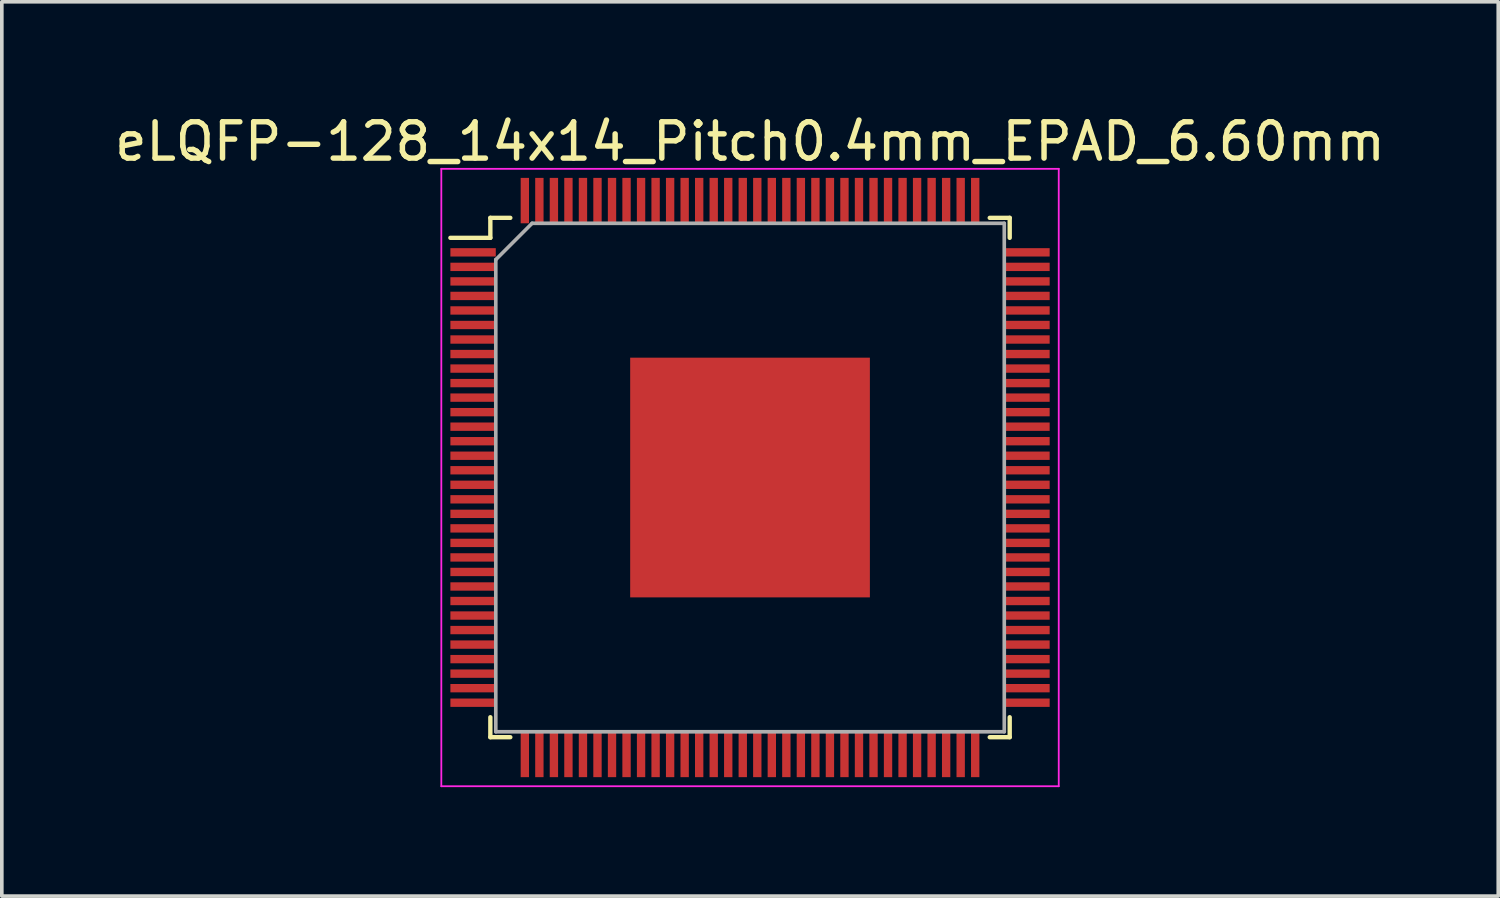
<source format=kicad_pcb>
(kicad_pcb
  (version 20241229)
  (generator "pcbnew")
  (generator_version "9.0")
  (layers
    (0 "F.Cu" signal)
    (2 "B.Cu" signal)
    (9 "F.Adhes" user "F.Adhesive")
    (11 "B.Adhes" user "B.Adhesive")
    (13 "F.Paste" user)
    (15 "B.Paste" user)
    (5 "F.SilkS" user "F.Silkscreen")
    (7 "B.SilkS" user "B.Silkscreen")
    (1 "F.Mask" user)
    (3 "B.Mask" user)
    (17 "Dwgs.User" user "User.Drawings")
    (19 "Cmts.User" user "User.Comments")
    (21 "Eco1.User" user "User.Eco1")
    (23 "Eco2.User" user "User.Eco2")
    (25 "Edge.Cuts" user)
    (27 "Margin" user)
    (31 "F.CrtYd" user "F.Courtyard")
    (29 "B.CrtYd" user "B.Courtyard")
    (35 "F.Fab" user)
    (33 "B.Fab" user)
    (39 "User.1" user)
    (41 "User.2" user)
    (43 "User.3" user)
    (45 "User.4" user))
  (footprint "eLQFP-128_14x14_Pitch0.4mm_EPAD_6.60mm"
    (layer "F.Cu")
    (at 17.601 10.098)
    (property "Reference" "eLQFP-128_14x14_Pitch0.4mm_EPAD_6.60mm" (at 0 -9.25 0) (layer "F.SilkS") (effects (font (size 1 1) (thickness 0.15))))
    (attr smd)
    (fp_line (start -7.15 -7.15) (end -7.15 -6.6) (stroke (width 0.12) (type solid)) (layer "F.SilkS"))
    (fp_line (start -7.15 -6.6) (end -8.25 -6.6) (stroke (width 0.12) (type solid)) (layer "F.SilkS"))
    (fp_line (start -7.15 7.15) (end -7.15 6.6) (stroke (width 0.12) (type solid)) (layer "F.SilkS"))
    (fp_line (start -6.6 -7.15) (end -7.15 -7.15) (stroke (width 0.12) (type solid)) (layer "F.SilkS"))
    (fp_line (start -6.6 7.15) (end -7.15 7.15) (stroke (width 0.12) (type solid)) (layer "F.SilkS"))
    (fp_line (start 6.6 -7.15) (end 7.15 -7.15) (stroke (width 0.12) (type solid)) (layer "F.SilkS"))
    (fp_line (start 6.6 7.15) (end 7.15 7.15) (stroke (width 0.12) (type solid)) (layer "F.SilkS"))
    (fp_line (start 7.15 -7.15) (end 7.15 -6.6) (stroke (width 0.12) (type solid)) (layer "F.SilkS"))
    (fp_line (start 7.15 7.15) (end 7.15 6.6) (stroke (width 0.12) (type solid)) (layer "F.SilkS"))
    (fp_line (start -8.5 -8.5) (end 8.5 -8.5) (stroke (width 0.05) (type solid)) (layer "F.CrtYd"))
    (fp_line (start -8.5 8.5) (end -8.5 -8.5) (stroke (width 0.05) (type solid)) (layer "F.CrtYd"))
    (fp_line (start 8.5 -8.5) (end 8.5 8.5) (stroke (width 0.05) (type solid)) (layer "F.CrtYd"))
    (fp_line (start 8.5 8.5) (end -8.5 8.5) (stroke (width 0.05) (type solid)) (layer "F.CrtYd"))
    (fp_line (start -7 -6) (end -7 7) (stroke (width 0.1) (type solid)) (layer "F.Fab"))
    (fp_line (start -7 7) (end 7 7) (stroke (width 0.1) (type solid)) (layer "F.Fab"))
    (fp_line (start -6 -7) (end -7 -6) (stroke (width 0.1) (type solid)) (layer "F.Fab"))
    (fp_line (start 7 -7) (end -6 -7) (stroke (width 0.1) (type solid)) (layer "F.Fab"))
    (fp_line (start 7 7) (end 7 -7) (stroke (width 0.1) (type solid)) (layer "F.Fab"))
    (pad "1" smd rect (at -7.625 -6.2 90) (size 0.23 1.25) (layers "F.Cu" "F.Mask" "F.Paste"))
    (pad "2" smd rect (at -7.625 -5.8 90) (size 0.23 1.25) (layers "F.Cu" "F.Mask" "F.Paste"))
    (pad "3" smd rect (at -7.625 -5.4 90) (size 0.23 1.25) (layers "F.Cu" "F.Mask" "F.Paste"))
    (pad "4" smd rect (at -7.625 -5 90) (size 0.23 1.25) (layers "F.Cu" "F.Mask" "F.Paste"))
    (pad "5" smd rect (at -7.625 -4.6 90) (size 0.23 1.25) (layers "F.Cu" "F.Mask" "F.Paste"))
    (pad "6" smd rect (at -7.625 -4.2 90) (size 0.23 1.25) (layers "F.Cu" "F.Mask" "F.Paste"))
    (pad "7" smd rect (at -7.625 -3.8 90) (size 0.23 1.25) (layers "F.Cu" "F.Mask" "F.Paste"))
    (pad "8" smd rect (at -7.625 -3.4 90) (size 0.23 1.25) (layers "F.Cu" "F.Mask" "F.Paste"))
    (pad "9" smd rect (at -7.625 -3 90) (size 0.23 1.25) (layers "F.Cu" "F.Mask" "F.Paste"))
    (pad "10" smd rect (at -7.625 -2.6 90) (size 0.23 1.25) (layers "F.Cu" "F.Mask" "F.Paste"))
    (pad "11" smd rect (at -7.625 -2.2 90) (size 0.23 1.25) (layers "F.Cu" "F.Mask" "F.Paste"))
    (pad "12" smd rect (at -7.625 -1.8 90) (size 0.23 1.25) (layers "F.Cu" "F.Mask" "F.Paste"))
    (pad "13" smd rect (at -7.625 -1.4 90) (size 0.23 1.25) (layers "F.Cu" "F.Mask" "F.Paste"))
    (pad "14" smd rect (at -7.625 -1 90) (size 0.23 1.25) (layers "F.Cu" "F.Mask" "F.Paste"))
    (pad "15" smd rect (at -7.625 -0.6 90) (size 0.23 1.25) (layers "F.Cu" "F.Mask" "F.Paste"))
    (pad "16" smd rect (at -7.625 -0.2 90) (size 0.23 1.25) (layers "F.Cu" "F.Mask" "F.Paste"))
    (pad "17" smd rect (at -7.625 0.2 90) (size 0.23 1.25) (layers "F.Cu" "F.Mask" "F.Paste"))
    (pad "18" smd rect (at -7.625 0.6 90) (size 0.23 1.25) (layers "F.Cu" "F.Mask" "F.Paste"))
    (pad "19" smd rect (at -7.625 1 90) (size 0.23 1.25) (layers "F.Cu" "F.Mask" "F.Paste"))
    (pad "20" smd rect (at -7.625 1.4 90) (size 0.23 1.25) (layers "F.Cu" "F.Mask" "F.Paste"))
    (pad "21" smd rect (at -7.625 1.8 90) (size 0.23 1.25) (layers "F.Cu" "F.Mask" "F.Paste"))
    (pad "22" smd rect (at -7.625 2.2 90) (size 0.23 1.25) (layers "F.Cu" "F.Mask" "F.Paste"))
    (pad "23" smd rect (at -7.625 2.6 90) (size 0.23 1.25) (layers "F.Cu" "F.Mask" "F.Paste"))
    (pad "24" smd rect (at -7.625 3 90) (size 0.23 1.25) (layers "F.Cu" "F.Mask" "F.Paste"))
    (pad "25" smd rect (at -7.625 3.4 90) (size 0.23 1.25) (layers "F.Cu" "F.Mask" "F.Paste"))
    (pad "26" smd rect (at -7.625 3.8 90) (size 0.23 1.25) (layers "F.Cu" "F.Mask" "F.Paste"))
    (pad "27" smd rect (at -7.625 4.2 90) (size 0.23 1.25) (layers "F.Cu" "F.Mask" "F.Paste"))
    (pad "28" smd rect (at -7.625 4.6 90) (size 0.23 1.25) (layers "F.Cu" "F.Mask" "F.Paste"))
    (pad "29" smd rect (at -7.625 5 90) (size 0.23 1.25) (layers "F.Cu" "F.Mask" "F.Paste"))
    (pad "30" smd rect (at -7.625 5.4 90) (size 0.23 1.25) (layers "F.Cu" "F.Mask" "F.Paste"))
    (pad "31" smd rect (at -7.625 5.8 90) (size 0.23 1.25) (layers "F.Cu" "F.Mask" "F.Paste"))
    (pad "32" smd rect (at -7.625 6.2 90) (size 0.23 1.25) (layers "F.Cu" "F.Mask" "F.Paste"))
    (pad "33" smd rect (at -6.2 7.625) (size 0.23 1.25) (layers "F.Cu" "F.Mask" "F.Paste"))
    (pad "34" smd rect (at -5.8 7.625) (size 0.23 1.25) (layers "F.Cu" "F.Mask" "F.Paste"))
    (pad "35" smd rect (at -5.4 7.625) (size 0.23 1.25) (layers "F.Cu" "F.Mask" "F.Paste"))
    (pad "36" smd rect (at -5 7.625) (size 0.23 1.25) (layers "F.Cu" "F.Mask" "F.Paste"))
    (pad "37" smd rect (at -4.6 7.625) (size 0.23 1.25) (layers "F.Cu" "F.Mask" "F.Paste"))
    (pad "38" smd rect (at -4.2 7.625) (size 0.23 1.25) (layers "F.Cu" "F.Mask" "F.Paste"))
    (pad "39" smd rect (at -3.8 7.625) (size 0.23 1.25) (layers "F.Cu" "F.Mask" "F.Paste"))
    (pad "40" smd rect (at -3.4 7.625) (size 0.23 1.25) (layers "F.Cu" "F.Mask" "F.Paste"))
    (pad "41" smd rect (at -3 7.625) (size 0.23 1.25) (layers "F.Cu" "F.Mask" "F.Paste"))
    (pad "42" smd rect (at -2.6 7.625) (size 0.23 1.25) (layers "F.Cu" "F.Mask" "F.Paste"))
    (pad "43" smd rect (at -2.2 7.625) (size 0.23 1.25) (layers "F.Cu" "F.Mask" "F.Paste"))
    (pad "44" smd rect (at -1.8 7.625) (size 0.23 1.25) (layers "F.Cu" "F.Mask" "F.Paste"))
    (pad "45" smd rect (at -1.4 7.625) (size 0.23 1.25) (layers "F.Cu" "F.Mask" "F.Paste"))
    (pad "46" smd rect (at -1 7.625) (size 0.23 1.25) (layers "F.Cu" "F.Mask" "F.Paste"))
    (pad "47" smd rect (at -0.6 7.625) (size 0.23 1.25) (layers "F.Cu" "F.Mask" "F.Paste"))
    (pad "48" smd rect (at -0.2 7.625) (size 0.23 1.25) (layers "F.Cu" "F.Mask" "F.Paste"))
    (pad "49" smd rect (at 0.2 7.625) (size 0.23 1.25) (layers "F.Cu" "F.Mask" "F.Paste"))
    (pad "50" smd rect (at 0.6 7.625) (size 0.23 1.25) (layers "F.Cu" "F.Mask" "F.Paste"))
    (pad "51" smd rect (at 1 7.625) (size 0.23 1.25) (layers "F.Cu" "F.Mask" "F.Paste"))
    (pad "52" smd rect (at 1.4 7.625) (size 0.23 1.25) (layers "F.Cu" "F.Mask" "F.Paste"))
    (pad "53" smd rect (at 1.8 7.625) (size 0.23 1.25) (layers "F.Cu" "F.Mask" "F.Paste"))
    (pad "54" smd rect (at 2.2 7.625) (size 0.23 1.25) (layers "F.Cu" "F.Mask" "F.Paste"))
    (pad "55" smd rect (at 2.6 7.625) (size 0.23 1.25) (layers "F.Cu" "F.Mask" "F.Paste"))
    (pad "56" smd rect (at 3 7.625) (size 0.23 1.25) (layers "F.Cu" "F.Mask" "F.Paste"))
    (pad "57" smd rect (at 3.4 7.625) (size 0.23 1.25) (layers "F.Cu" "F.Mask" "F.Paste"))
    (pad "58" smd rect (at 3.8 7.625) (size 0.23 1.25) (layers "F.Cu" "F.Mask" "F.Paste"))
    (pad "59" smd rect (at 4.2 7.625) (size 0.23 1.25) (layers "F.Cu" "F.Mask" "F.Paste"))
    (pad "60" smd rect (at 4.6 7.625) (size 0.23 1.25) (layers "F.Cu" "F.Mask" "F.Paste"))
    (pad "61" smd rect (at 5 7.625) (size 0.23 1.25) (layers "F.Cu" "F.Mask" "F.Paste"))
    (pad "62" smd rect (at 5.4 7.625) (size 0.23 1.25) (layers "F.Cu" "F.Mask" "F.Paste"))
    (pad "63" smd rect (at 5.8 7.625) (size 0.23 1.25) (layers "F.Cu" "F.Mask" "F.Paste"))
    (pad "64" smd rect (at 6.2 7.625) (size 0.23 1.25) (layers "F.Cu" "F.Mask" "F.Paste"))
    (pad "65" smd rect (at 7.625 6.2 90) (size 0.23 1.25) (layers "F.Cu" "F.Mask" "F.Paste"))
    (pad "66" smd rect (at 7.625 5.8 90) (size 0.23 1.25) (layers "F.Cu" "F.Mask" "F.Paste"))
    (pad "67" smd rect (at 7.625 5.4 90) (size 0.23 1.25) (layers "F.Cu" "F.Mask" "F.Paste"))
    (pad "68" smd rect (at 7.625 5 90) (size 0.23 1.25) (layers "F.Cu" "F.Mask" "F.Paste"))
    (pad "69" smd rect (at 7.625 4.6 90) (size 0.23 1.25) (layers "F.Cu" "F.Mask" "F.Paste"))
    (pad "70" smd rect (at 7.625 4.2 90) (size 0.23 1.25) (layers "F.Cu" "F.Mask" "F.Paste"))
    (pad "71" smd rect (at 7.625 3.8 90) (size 0.23 1.25) (layers "F.Cu" "F.Mask" "F.Paste"))
    (pad "72" smd rect (at 7.625 3.4 90) (size 0.23 1.25) (layers "F.Cu" "F.Mask" "F.Paste"))
    (pad "73" smd rect (at 7.625 3 90) (size 0.23 1.25) (layers "F.Cu" "F.Mask" "F.Paste"))
    (pad "74" smd rect (at 7.625 2.6 90) (size 0.23 1.25) (layers "F.Cu" "F.Mask" "F.Paste"))
    (pad "75" smd rect (at 7.625 2.2 90) (size 0.23 1.25) (layers "F.Cu" "F.Mask" "F.Paste"))
    (pad "76" smd rect (at 7.625 1.8 90) (size 0.23 1.25) (layers "F.Cu" "F.Mask" "F.Paste"))
    (pad "77" smd rect (at 7.625 1.4 90) (size 0.23 1.25) (layers "F.Cu" "F.Mask" "F.Paste"))
    (pad "78" smd rect (at 7.625 1 90) (size 0.23 1.25) (layers "F.Cu" "F.Mask" "F.Paste"))
    (pad "79" smd rect (at 7.625 0.6 90) (size 0.23 1.25) (layers "F.Cu" "F.Mask" "F.Paste"))
    (pad "80" smd rect (at 7.625 0.2 90) (size 0.23 1.25) (layers "F.Cu" "F.Mask" "F.Paste"))
    (pad "81" smd rect (at 7.625 -0.2 90) (size 0.23 1.25) (layers "F.Cu" "F.Mask" "F.Paste"))
    (pad "82" smd rect (at 7.625 -0.6 90) (size 0.23 1.25) (layers "F.Cu" "F.Mask" "F.Paste"))
    (pad "83" smd rect (at 7.625 -1 90) (size 0.23 1.25) (layers "F.Cu" "F.Mask" "F.Paste"))
    (pad "84" smd rect (at 7.625 -1.4 90) (size 0.23 1.25) (layers "F.Cu" "F.Mask" "F.Paste"))
    (pad "85" smd rect (at 7.625 -1.8 90) (size 0.23 1.25) (layers "F.Cu" "F.Mask" "F.Paste"))
    (pad "86" smd rect (at 7.625 -2.2 90) (size 0.23 1.25) (layers "F.Cu" "F.Mask" "F.Paste"))
    (pad "87" smd rect (at 7.625 -2.6 90) (size 0.23 1.25) (layers "F.Cu" "F.Mask" "F.Paste"))
    (pad "88" smd rect (at 7.625 -3 90) (size 0.23 1.25) (layers "F.Cu" "F.Mask" "F.Paste"))
    (pad "89" smd rect (at 7.625 -3.4 90) (size 0.23 1.25) (layers "F.Cu" "F.Mask" "F.Paste"))
    (pad "90" smd rect (at 7.625 -3.8 90) (size 0.23 1.25) (layers "F.Cu" "F.Mask" "F.Paste"))
    (pad "91" smd rect (at 7.625 -4.2 90) (size 0.23 1.25) (layers "F.Cu" "F.Mask" "F.Paste"))
    (pad "92" smd rect (at 7.625 -4.6 90) (size 0.23 1.25) (layers "F.Cu" "F.Mask" "F.Paste"))
    (pad "93" smd rect (at 7.625 -5 90) (size 0.23 1.25) (layers "F.Cu" "F.Mask" "F.Paste"))
    (pad "94" smd rect (at 7.625 -5.4 90) (size 0.23 1.25) (layers "F.Cu" "F.Mask" "F.Paste"))
    (pad "95" smd rect (at 7.625 -5.8 90) (size 0.23 1.25) (layers "F.Cu" "F.Mask" "F.Paste"))
    (pad "96" smd rect (at 7.625 -6.2 90) (size 0.23 1.25) (layers "F.Cu" "F.Mask" "F.Paste"))
    (pad "97" smd rect (at 6.2 -7.625) (size 0.23 1.25) (layers "F.Cu" "F.Mask" "F.Paste"))
    (pad "98" smd rect (at 5.8 -7.625) (size 0.23 1.25) (layers "F.Cu" "F.Mask" "F.Paste"))
    (pad "99" smd rect (at 5.4 -7.625) (size 0.23 1.25) (layers "F.Cu" "F.Mask" "F.Paste"))
    (pad "100" smd rect (at 5 -7.625) (size 0.23 1.25) (layers "F.Cu" "F.Mask" "F.Paste"))
    (pad "101" smd rect (at 4.6 -7.625) (size 0.23 1.25) (layers "F.Cu" "F.Mask" "F.Paste"))
    (pad "102" smd rect (at 4.2 -7.625) (size 0.23 1.25) (layers "F.Cu" "F.Mask" "F.Paste"))
    (pad "103" smd rect (at 3.8 -7.625) (size 0.23 1.25) (layers "F.Cu" "F.Mask" "F.Paste"))
    (pad "104" smd rect (at 3.4 -7.625) (size 0.23 1.25) (layers "F.Cu" "F.Mask" "F.Paste"))
    (pad "105" smd rect (at 3 -7.625) (size 0.23 1.25) (layers "F.Cu" "F.Mask" "F.Paste"))
    (pad "106" smd rect (at 2.6 -7.625) (size 0.23 1.25) (layers "F.Cu" "F.Mask" "F.Paste"))
    (pad "107" smd rect (at 2.2 -7.625) (size 0.23 1.25) (layers "F.Cu" "F.Mask" "F.Paste"))
    (pad "108" smd rect (at 1.8 -7.625) (size 0.23 1.25) (layers "F.Cu" "F.Mask" "F.Paste"))
    (pad "109" smd rect (at 1.4 -7.625) (size 0.23 1.25) (layers "F.Cu" "F.Mask" "F.Paste"))
    (pad "110" smd rect (at 1 -7.625) (size 0.23 1.25) (layers "F.Cu" "F.Mask" "F.Paste"))
    (pad "111" smd rect (at 0.6 -7.625) (size 0.23 1.25) (layers "F.Cu" "F.Mask" "F.Paste"))
    (pad "112" smd rect (at 0.2 -7.625) (size 0.23 1.25) (layers "F.Cu" "F.Mask" "F.Paste"))
    (pad "113" smd rect (at -0.2 -7.625) (size 0.23 1.25) (layers "F.Cu" "F.Mask" "F.Paste"))
    (pad "114" smd rect (at -0.6 -7.625) (size 0.23 1.25) (layers "F.Cu" "F.Mask" "F.Paste"))
    (pad "115" smd rect (at -1 -7.625) (size 0.23 1.25) (layers "F.Cu" "F.Mask" "F.Paste"))
    (pad "116" smd rect (at -1.4 -7.625) (size 0.23 1.25) (layers "F.Cu" "F.Mask" "F.Paste"))
    (pad "117" smd rect (at -1.8 -7.625) (size 0.23 1.25) (layers "F.Cu" "F.Mask" "F.Paste"))
    (pad "118" smd rect (at -2.2 -7.625) (size 0.23 1.25) (layers "F.Cu" "F.Mask" "F.Paste"))
    (pad "119" smd rect (at -2.6 -7.625) (size 0.23 1.25) (layers "F.Cu" "F.Mask" "F.Paste"))
    (pad "120" smd rect (at -3 -7.625) (size 0.23 1.25) (layers "F.Cu" "F.Mask" "F.Paste"))
    (pad "121" smd rect (at -3.4 -7.625) (size 0.23 1.25) (layers "F.Cu" "F.Mask" "F.Paste"))
    (pad "122" smd rect (at -3.8 -7.625) (size 0.23 1.25) (layers "F.Cu" "F.Mask" "F.Paste"))
    (pad "123" smd rect (at -4.2 -7.625) (size 0.23 1.25) (layers "F.Cu" "F.Mask" "F.Paste"))
    (pad "124" smd rect (at -4.6 -7.625) (size 0.23 1.25) (layers "F.Cu" "F.Mask" "F.Paste"))
    (pad "125" smd rect (at -5 -7.625) (size 0.23 1.25) (layers "F.Cu" "F.Mask" "F.Paste"))
    (pad "126" smd rect (at -5.4 -7.625) (size 0.23 1.25) (layers "F.Cu" "F.Mask" "F.Paste"))
    (pad "127" smd rect (at -5.8 -7.625) (size 0.23 1.25) (layers "F.Cu" "F.Mask" "F.Paste"))
    (pad "128" smd rect (at -6.2 -7.625) (size 0.23 1.25) (layers "F.Cu" "F.Mask" "F.Paste"))
    (pad "EPAD" smd rect (at 0 0) (size 6.6 6.6) (layers "F.Cu" "F.Mask" "F.Paste")))
  (gr_rect
    (start -3 -3)
    (end 38.202 21.623)
    (stroke (width 0.1) (type default))
    (fill no)
    (layer "Edge.Cuts")))
</source>
